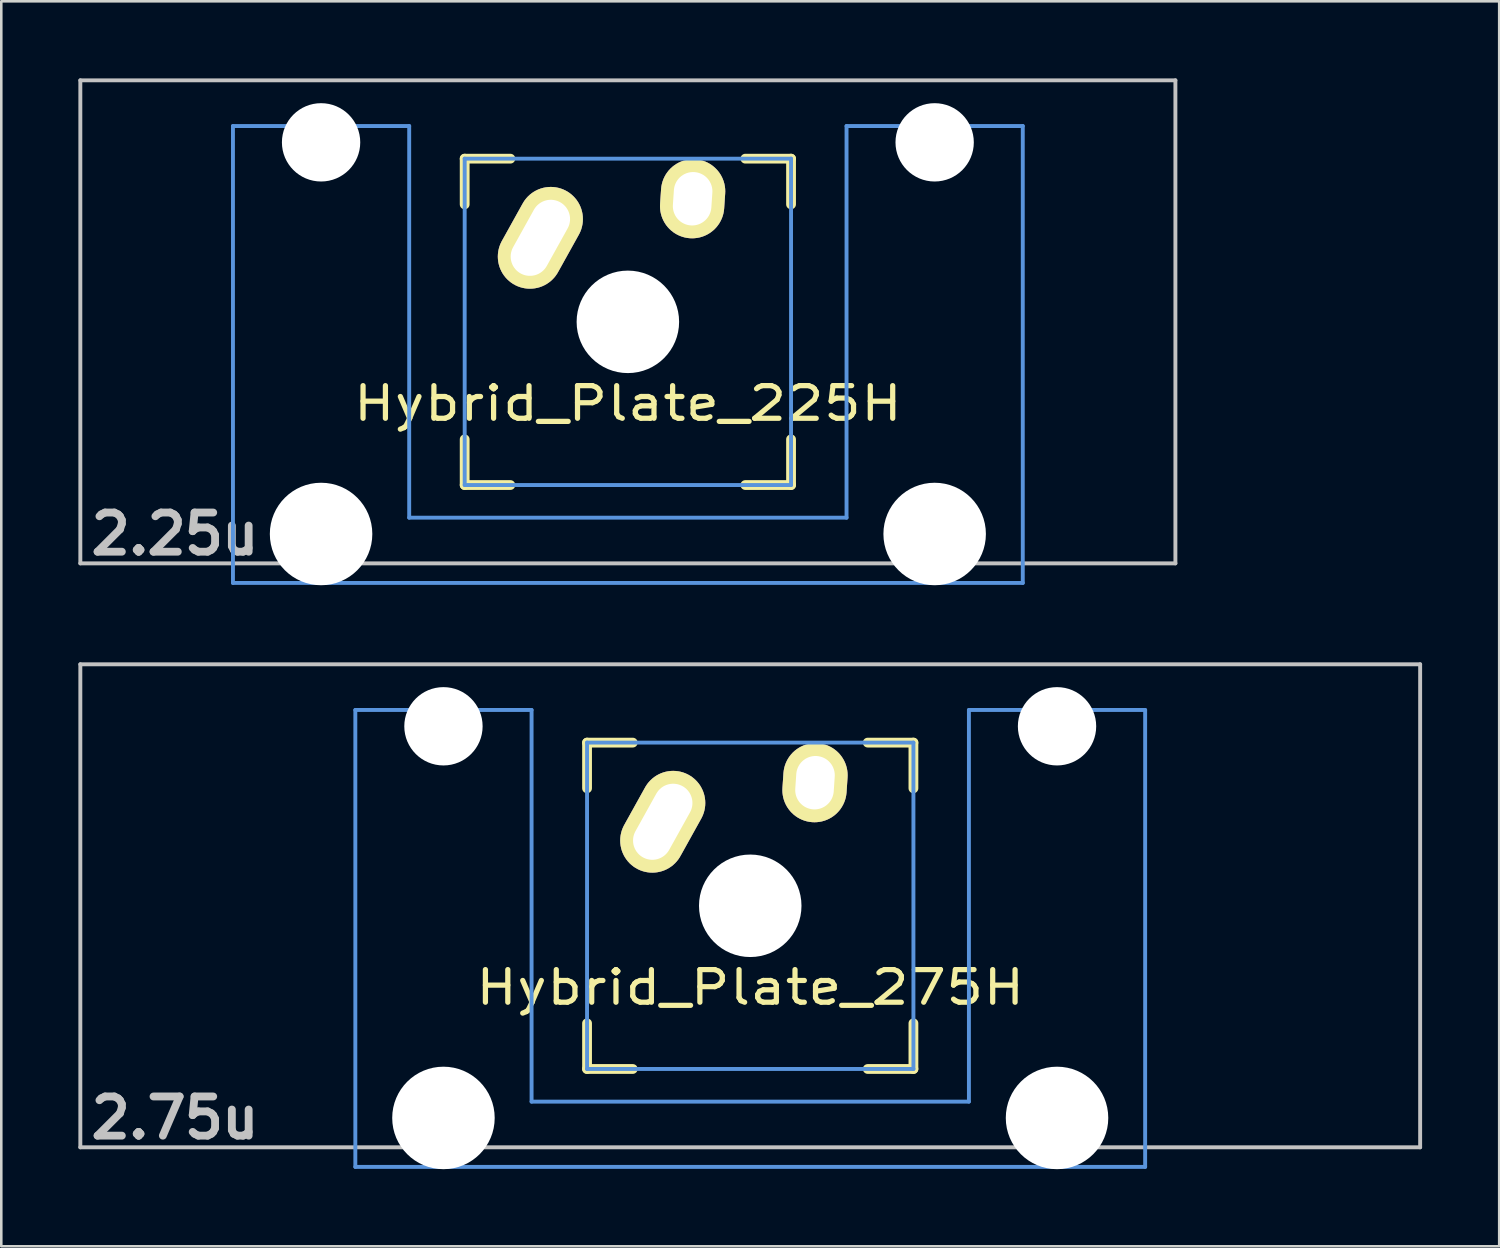
<source format=kicad_pcb>
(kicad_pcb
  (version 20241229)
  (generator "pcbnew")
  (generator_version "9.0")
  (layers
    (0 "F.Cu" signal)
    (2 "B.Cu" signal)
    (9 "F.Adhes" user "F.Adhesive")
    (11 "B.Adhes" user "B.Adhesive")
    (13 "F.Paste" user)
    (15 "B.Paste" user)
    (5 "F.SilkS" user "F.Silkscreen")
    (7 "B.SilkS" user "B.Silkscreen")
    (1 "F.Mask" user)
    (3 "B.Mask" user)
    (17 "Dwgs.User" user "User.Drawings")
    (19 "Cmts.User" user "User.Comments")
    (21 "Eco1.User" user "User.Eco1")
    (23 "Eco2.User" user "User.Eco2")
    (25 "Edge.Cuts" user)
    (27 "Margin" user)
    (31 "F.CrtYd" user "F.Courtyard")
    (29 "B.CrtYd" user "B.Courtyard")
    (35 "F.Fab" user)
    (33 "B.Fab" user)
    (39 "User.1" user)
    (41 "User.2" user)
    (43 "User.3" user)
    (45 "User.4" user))
  (footprint "Hybrid_Plate_275H"
    (layer "F.Cu")
    (at 26.144 32.197)
    (property "Reference" "Hybrid_Plate_275H" (at 0 3.175 0) (layer "F.SilkS") (effects (font (size 1.27 1.524) (thickness 0.203))))
    (attr through_hole)
    (fp_line (start -6.35 -6.35) (end -4.572 -6.35) (stroke (width 0.381) (type solid)) (layer "F.SilkS"))
    (fp_line (start -6.35 -4.572) (end -6.35 -6.35) (stroke (width 0.381) (type solid)) (layer "F.SilkS"))
    (fp_line (start -6.35 6.35) (end -6.35 4.572) (stroke (width 0.381) (type solid)) (layer "F.SilkS"))
    (fp_line (start -4.572 6.35) (end -6.35 6.35) (stroke (width 0.381) (type solid)) (layer "F.SilkS"))
    (fp_line (start 4.572 -6.35) (end 6.35 -6.35) (stroke (width 0.381) (type solid)) (layer "F.SilkS"))
    (fp_line (start 6.35 -6.35) (end 6.35 -4.572) (stroke (width 0.381) (type solid)) (layer "F.SilkS"))
    (fp_line (start 6.35 4.572) (end 6.35 6.35) (stroke (width 0.381) (type solid)) (layer "F.SilkS"))
    (fp_line (start 6.35 6.35) (end 4.572 6.35) (stroke (width 0.381) (type solid)) (layer "F.SilkS"))
    (fp_line (start -26.068 -9.398) (end 26.068 -9.398) (stroke (width 0.152) (type solid)) (layer "Dwgs.User"))
    (fp_line (start -26.068 9.398) (end -26.068 -9.398) (stroke (width 0.152) (type solid)) (layer "Dwgs.User"))
    (fp_line (start 26.068 -9.398) (end 26.068 9.398) (stroke (width 0.152) (type solid)) (layer "Dwgs.User"))
    (fp_line (start 26.068 9.398) (end -26.068 9.398) (stroke (width 0.152) (type solid)) (layer "Dwgs.User"))
    (fp_line (start -15.367 -7.62) (end -15.367 10.16) (stroke (width 0.152) (type solid)) (layer "Cmts.User"))
    (fp_line (start -15.367 10.16) (end 15.367 10.16) (stroke (width 0.152) (type solid)) (layer "Cmts.User"))
    (fp_line (start -8.509 -7.62) (end -15.367 -7.62) (stroke (width 0.152) (type solid)) (layer "Cmts.User"))
    (fp_line (start -8.509 7.62) (end -8.509 -7.62) (stroke (width 0.152) (type solid)) (layer "Cmts.User"))
    (fp_line (start -6.35 -6.35) (end 6.35 -6.35) (stroke (width 0.152) (type solid)) (layer "Cmts.User"))
    (fp_line (start -6.35 6.35) (end -6.35 -6.35) (stroke (width 0.152) (type solid)) (layer "Cmts.User"))
    (fp_line (start 6.35 -6.35) (end 6.35 6.35) (stroke (width 0.152) (type solid)) (layer "Cmts.User"))
    (fp_line (start 6.35 6.35) (end -6.35 6.35) (stroke (width 0.152) (type solid)) (layer "Cmts.User"))
    (fp_line (start 8.509 -7.62) (end 8.509 7.62) (stroke (width 0.152) (type solid)) (layer "Cmts.User"))
    (fp_line (start 8.509 7.62) (end -8.509 7.62) (stroke (width 0.152) (type solid)) (layer "Cmts.User"))
    (fp_line (start 15.367 -7.62) (end 8.509 -7.62) (stroke (width 0.152) (type solid)) (layer "Cmts.User"))
    (fp_line (start 15.367 10.16) (end 15.367 -7.62) (stroke (width 0.152) (type solid)) (layer "Cmts.User"))
    (fp_line (start -16.129 -2.286) (end -15.265 -2.286) (stroke (width 0.152) (type solid)) (layer "Eco2.User"))
    (fp_line (start -16.129 0.508) (end -16.129 -2.286) (stroke (width 0.152) (type solid)) (layer "Eco2.User"))
    (fp_line (start -15.265 -5.69) (end -8.611 -5.69) (stroke (width 0.152) (type solid)) (layer "Eco2.User"))
    (fp_line (start -15.265 -2.286) (end -15.265 -5.69) (stroke (width 0.152) (type solid)) (layer "Eco2.User"))
    (fp_line (start -15.265 0.508) (end -16.129 0.508) (stroke (width 0.152) (type solid)) (layer "Eco2.User"))
    (fp_line (start -15.265 6.604) (end -15.265 0.508) (stroke (width 0.152) (type solid)) (layer "Eco2.User"))
    (fp_line (start -14.224 6.604) (end -15.265 6.604) (stroke (width 0.152) (type solid)) (layer "Eco2.User"))
    (fp_line (start -14.224 7.772) (end -14.224 6.604) (stroke (width 0.152) (type solid)) (layer "Eco2.User"))
    (fp_line (start -9.652 6.604) (end -9.652 7.772) (stroke (width 0.152) (type solid)) (layer "Eco2.User"))
    (fp_line (start -9.652 7.772) (end -14.224 7.772) (stroke (width 0.152) (type solid)) (layer "Eco2.User"))
    (fp_line (start -8.611 -5.69) (end -8.611 -4.877) (stroke (width 0.152) (type solid)) (layer "Eco2.User"))
    (fp_line (start -8.611 -4.877) (end -6.985 -4.877) (stroke (width 0.152) (type solid)) (layer "Eco2.User"))
    (fp_line (start -8.611 5.817) (end -8.611 6.604) (stroke (width 0.152) (type solid)) (layer "Eco2.User"))
    (fp_line (start -8.611 6.604) (end -9.652 6.604) (stroke (width 0.152) (type solid)) (layer "Eco2.User"))
    (fp_line (start -6.985 -6.985) (end 6.985 -6.985) (stroke (width 0.152) (type solid)) (layer "Eco2.User"))
    (fp_line (start -6.985 -4.877) (end -6.985 -6.985) (stroke (width 0.152) (type solid)) (layer "Eco2.User"))
    (fp_line (start -6.985 5.817) (end -8.611 5.817) (stroke (width 0.152) (type solid)) (layer "Eco2.User"))
    (fp_line (start -6.985 6.985) (end -6.985 5.817) (stroke (width 0.152) (type solid)) (layer "Eco2.User"))
    (fp_line (start 6.985 -6.985) (end 6.985 -4.877) (stroke (width 0.152) (type solid)) (layer "Eco2.User"))
    (fp_line (start 6.985 -4.877) (end 8.611 -4.877) (stroke (width 0.152) (type solid)) (layer "Eco2.User"))
    (fp_line (start 6.985 5.817) (end 6.985 6.985) (stroke (width 0.152) (type solid)) (layer "Eco2.User"))
    (fp_line (start 6.985 6.985) (end -6.985 6.985) (stroke (width 0.152) (type solid)) (layer "Eco2.User"))
    (fp_line (start 8.611 -5.69) (end 15.265 -5.69) (stroke (width 0.152) (type solid)) (layer "Eco2.User"))
    (fp_line (start 8.611 -4.877) (end 8.611 -5.69) (stroke (width 0.152) (type solid)) (layer "Eco2.User"))
    (fp_line (start 8.611 5.817) (end 6.985 5.817) (stroke (width 0.152) (type solid)) (layer "Eco2.User"))
    (fp_line (start 8.611 6.604) (end 8.611 5.817) (stroke (width 0.152) (type solid)) (layer "Eco2.User"))
    (fp_line (start 9.652 6.604) (end 8.611 6.604) (stroke (width 0.152) (type solid)) (layer "Eco2.User"))
    (fp_line (start 9.652 7.772) (end 9.652 6.604) (stroke (width 0.152) (type solid)) (layer "Eco2.User"))
    (fp_line (start 14.224 6.604) (end 14.224 7.772) (stroke (width 0.152) (type solid)) (layer "Eco2.User"))
    (fp_line (start 14.224 7.772) (end 9.652 7.772) (stroke (width 0.152) (type solid)) (layer "Eco2.User"))
    (fp_line (start 15.265 -5.69) (end 15.265 -2.286) (stroke (width 0.152) (type solid)) (layer "Eco2.User"))
    (fp_line (start 15.265 -2.286) (end 16.129 -2.286) (stroke (width 0.152) (type solid)) (layer "Eco2.User"))
    (fp_line (start 15.265 0.508) (end 15.265 6.604) (stroke (width 0.152) (type solid)) (layer "Eco2.User"))
    (fp_line (start 15.265 6.604) (end 14.224 6.604) (stroke (width 0.152) (type solid)) (layer "Eco2.User"))
    (fp_line (start 16.129 -2.286) (end 16.129 0.508) (stroke (width 0.152) (type solid)) (layer "Eco2.User"))
    (fp_line (start 16.129 0.508) (end 15.265 0.508) (stroke (width 0.152) (type solid)) (layer "Eco2.User"))
    (fp_text user "2.75u" (at -22.385 8.255 0) (layer "Dwgs.User") (effects (font (size 1.524 1.524) (thickness 0.305))))
    (pad "" np_thru_hole circle (at -11.938 -6.985) (size 3.048 3.048) (drill 3.048) (layers "*.Cu"))
    (pad "" np_thru_hole circle (at -11.938 8.255) (size 3.988 3.988) (drill 3.988) (layers "*.Cu"))
    (pad "" np_thru_hole circle (at 0 0) (size 3.988 3.988) (drill 3.988) (layers "*.Cu"))
    (pad "" np_thru_hole circle (at 11.938 -6.985) (size 3.048 3.048) (drill 3.048) (layers "*.Cu"))
    (pad "" np_thru_hole circle (at 11.938 8.255) (size 3.988 3.988) (drill 3.988) (layers "*.Cu"))
    (pad "1" thru_hole oval (at -3.405 -3.27 330.95) (size 2.5 4.17) (drill oval 1.5 3.17) (layers "*.Cu" "*.Mask" "F.SilkS"))
    (pad "2" thru_hole oval (at 2.52 -4.79 356.1) (size 2.5 3.08) (drill oval 1.5 2.08) (layers "*.Cu" "*.Mask" "F.SilkS")))
  (footprint "Hybrid_Plate_225H"
    (layer "F.Cu")
    (at 21.382 9.474)
    (property "Reference" "Hybrid_Plate_225H" (at 0 3.175 0) (layer "F.SilkS") (effects (font (size 1.27 1.524) (thickness 0.203))))
    (attr through_hole)
    (fp_line (start -6.35 -6.35) (end -4.572 -6.35) (stroke (width 0.381) (type solid)) (layer "F.SilkS"))
    (fp_line (start -6.35 -4.572) (end -6.35 -6.35) (stroke (width 0.381) (type solid)) (layer "F.SilkS"))
    (fp_line (start -6.35 6.35) (end -6.35 4.572) (stroke (width 0.381) (type solid)) (layer "F.SilkS"))
    (fp_line (start -4.572 6.35) (end -6.35 6.35) (stroke (width 0.381) (type solid)) (layer "F.SilkS"))
    (fp_line (start 4.572 -6.35) (end 6.35 -6.35) (stroke (width 0.381) (type solid)) (layer "F.SilkS"))
    (fp_line (start 6.35 -6.35) (end 6.35 -4.572) (stroke (width 0.381) (type solid)) (layer "F.SilkS"))
    (fp_line (start 6.35 4.572) (end 6.35 6.35) (stroke (width 0.381) (type solid)) (layer "F.SilkS"))
    (fp_line (start 6.35 6.35) (end 4.572 6.35) (stroke (width 0.381) (type solid)) (layer "F.SilkS"))
    (fp_line (start -21.306 -9.398) (end 21.306 -9.398) (stroke (width 0.152) (type solid)) (layer "Dwgs.User"))
    (fp_line (start -21.306 9.398) (end -21.306 -9.398) (stroke (width 0.152) (type solid)) (layer "Dwgs.User"))
    (fp_line (start 21.306 -9.398) (end 21.306 9.398) (stroke (width 0.152) (type solid)) (layer "Dwgs.User"))
    (fp_line (start 21.306 9.398) (end -21.306 9.398) (stroke (width 0.152) (type solid)) (layer "Dwgs.User"))
    (fp_line (start -15.367 -7.62) (end -15.367 10.16) (stroke (width 0.152) (type solid)) (layer "Cmts.User"))
    (fp_line (start -15.367 10.16) (end 15.367 10.16) (stroke (width 0.152) (type solid)) (layer "Cmts.User"))
    (fp_line (start -8.509 -7.62) (end -15.367 -7.62) (stroke (width 0.152) (type solid)) (layer "Cmts.User"))
    (fp_line (start -8.509 7.62) (end -8.509 -7.62) (stroke (width 0.152) (type solid)) (layer "Cmts.User"))
    (fp_line (start -6.35 -6.35) (end 6.35 -6.35) (stroke (width 0.152) (type solid)) (layer "Cmts.User"))
    (fp_line (start -6.35 6.35) (end -6.35 -6.35) (stroke (width 0.152) (type solid)) (layer "Cmts.User"))
    (fp_line (start 6.35 -6.35) (end 6.35 6.35) (stroke (width 0.152) (type solid)) (layer "Cmts.User"))
    (fp_line (start 6.35 6.35) (end -6.35 6.35) (stroke (width 0.152) (type solid)) (layer "Cmts.User"))
    (fp_line (start 8.509 -7.62) (end 8.509 7.62) (stroke (width 0.152) (type solid)) (layer "Cmts.User"))
    (fp_line (start 8.509 7.62) (end -8.509 7.62) (stroke (width 0.152) (type solid)) (layer "Cmts.User"))
    (fp_line (start 15.367 -7.62) (end 8.509 -7.62) (stroke (width 0.152) (type solid)) (layer "Cmts.User"))
    (fp_line (start 15.367 10.16) (end 15.367 -7.62) (stroke (width 0.152) (type solid)) (layer "Cmts.User"))
    (fp_line (start -16.129 -2.286) (end -15.265 -2.286) (stroke (width 0.152) (type solid)) (layer "Eco2.User"))
    (fp_line (start -16.129 0.508) (end -16.129 -2.286) (stroke (width 0.152) (type solid)) (layer "Eco2.User"))
    (fp_line (start -15.265 -5.69) (end -8.611 -5.69) (stroke (width 0.152) (type solid)) (layer "Eco2.User"))
    (fp_line (start -15.265 -2.286) (end -15.265 -5.69) (stroke (width 0.152) (type solid)) (layer "Eco2.User"))
    (fp_line (start -15.265 0.508) (end -16.129 0.508) (stroke (width 0.152) (type solid)) (layer "Eco2.User"))
    (fp_line (start -15.265 6.604) (end -15.265 0.508) (stroke (width 0.152) (type solid)) (layer "Eco2.User"))
    (fp_line (start -14.224 6.604) (end -15.265 6.604) (stroke (width 0.152) (type solid)) (layer "Eco2.User"))
    (fp_line (start -14.224 7.772) (end -14.224 6.604) (stroke (width 0.152) (type solid)) (layer "Eco2.User"))
    (fp_line (start -9.652 6.604) (end -9.652 7.772) (stroke (width 0.152) (type solid)) (layer "Eco2.User"))
    (fp_line (start -9.652 7.772) (end -14.224 7.772) (stroke (width 0.152) (type solid)) (layer "Eco2.User"))
    (fp_line (start -8.611 -5.69) (end -8.611 -4.877) (stroke (width 0.152) (type solid)) (layer "Eco2.User"))
    (fp_line (start -8.611 -4.877) (end -6.985 -4.877) (stroke (width 0.152) (type solid)) (layer "Eco2.User"))
    (fp_line (start -8.611 5.817) (end -8.611 6.604) (stroke (width 0.152) (type solid)) (layer "Eco2.User"))
    (fp_line (start -8.611 6.604) (end -9.652 6.604) (stroke (width 0.152) (type solid)) (layer "Eco2.User"))
    (fp_line (start -6.985 -6.985) (end 6.985 -6.985) (stroke (width 0.152) (type solid)) (layer "Eco2.User"))
    (fp_line (start -6.985 -4.877) (end -6.985 -6.985) (stroke (width 0.152) (type solid)) (layer "Eco2.User"))
    (fp_line (start -6.985 5.817) (end -8.611 5.817) (stroke (width 0.152) (type solid)) (layer "Eco2.User"))
    (fp_line (start -6.985 6.985) (end -6.985 5.817) (stroke (width 0.152) (type solid)) (layer "Eco2.User"))
    (fp_line (start 6.985 -6.985) (end 6.985 -4.877) (stroke (width 0.152) (type solid)) (layer "Eco2.User"))
    (fp_line (start 6.985 -4.877) (end 8.611 -4.877) (stroke (width 0.152) (type solid)) (layer "Eco2.User"))
    (fp_line (start 6.985 5.817) (end 6.985 6.985) (stroke (width 0.152) (type solid)) (layer "Eco2.User"))
    (fp_line (start 6.985 6.985) (end -6.985 6.985) (stroke (width 0.152) (type solid)) (layer "Eco2.User"))
    (fp_line (start 8.611 -5.69) (end 15.265 -5.69) (stroke (width 0.152) (type solid)) (layer "Eco2.User"))
    (fp_line (start 8.611 -4.877) (end 8.611 -5.69) (stroke (width 0.152) (type solid)) (layer "Eco2.User"))
    (fp_line (start 8.611 5.817) (end 6.985 5.817) (stroke (width 0.152) (type solid)) (layer "Eco2.User"))
    (fp_line (start 8.611 6.604) (end 8.611 5.817) (stroke (width 0.152) (type solid)) (layer "Eco2.User"))
    (fp_line (start 9.652 6.604) (end 8.611 6.604) (stroke (width 0.152) (type solid)) (layer "Eco2.User"))
    (fp_line (start 9.652 7.772) (end 9.652 6.604) (stroke (width 0.152) (type solid)) (layer "Eco2.User"))
    (fp_line (start 14.224 6.604) (end 14.224 7.772) (stroke (width 0.152) (type solid)) (layer "Eco2.User"))
    (fp_line (start 14.224 7.772) (end 9.652 7.772) (stroke (width 0.152) (type solid)) (layer "Eco2.User"))
    (fp_line (start 15.265 -5.69) (end 15.265 -2.286) (stroke (width 0.152) (type solid)) (layer "Eco2.User"))
    (fp_line (start 15.265 -2.286) (end 16.129 -2.286) (stroke (width 0.152) (type solid)) (layer "Eco2.User"))
    (fp_line (start 15.265 0.508) (end 15.265 6.604) (stroke (width 0.152) (type solid)) (layer "Eco2.User"))
    (fp_line (start 15.265 6.604) (end 14.224 6.604) (stroke (width 0.152) (type solid)) (layer "Eco2.User"))
    (fp_line (start 16.129 -2.286) (end 16.129 0.508) (stroke (width 0.152) (type solid)) (layer "Eco2.User"))
    (fp_line (start 16.129 0.508) (end 15.265 0.508) (stroke (width 0.152) (type solid)) (layer "Eco2.User"))
    (fp_text user "2.25u" (at -17.623 8.255 0) (layer "Dwgs.User") (effects (font (size 1.524 1.524) (thickness 0.305))))
    (pad "" np_thru_hole circle (at -11.938 -6.985) (size 3.048 3.048) (drill 3.048) (layers "*.Cu"))
    (pad "" np_thru_hole circle (at -11.938 8.255) (size 3.988 3.988) (drill 3.988) (layers "*.Cu"))
    (pad "" np_thru_hole circle (at 0 0) (size 3.988 3.988) (drill 3.988) (layers "*.Cu"))
    (pad "" np_thru_hole circle (at 11.938 -6.985) (size 3.048 3.048) (drill 3.048) (layers "*.Cu"))
    (pad "" np_thru_hole circle (at 11.938 8.255) (size 3.988 3.988) (drill 3.988) (layers "*.Cu"))
    (pad "1" thru_hole oval (at -3.405 -3.27 330.95) (size 2.5 4.17) (drill oval 1.5 3.17) (layers "*.Cu" "*.Mask" "F.SilkS"))
    (pad "2" thru_hole oval (at 2.52 -4.79 356.1) (size 2.5 3.08) (drill oval 1.5 2.08) (layers "*.Cu" "*.Mask" "F.SilkS")))
  (gr_rect
    (start -3 -3)
    (end 55.288 45.446)
    (stroke (width 0.1) (type default))
    (fill no)
    (layer "Edge.Cuts")))
</source>
